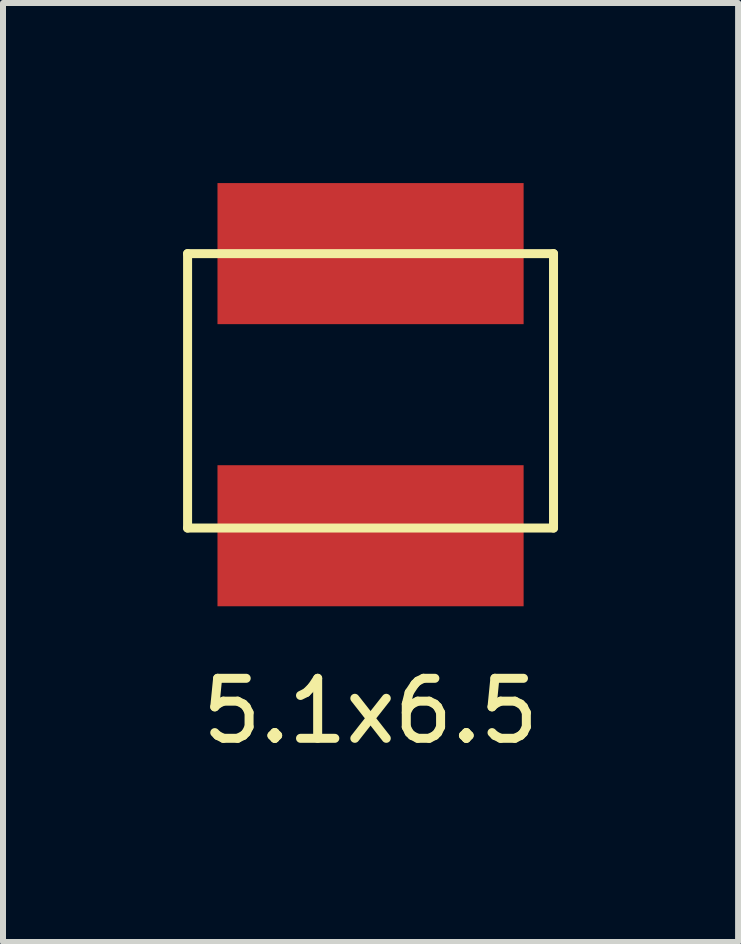
<source format=kicad_pcb>
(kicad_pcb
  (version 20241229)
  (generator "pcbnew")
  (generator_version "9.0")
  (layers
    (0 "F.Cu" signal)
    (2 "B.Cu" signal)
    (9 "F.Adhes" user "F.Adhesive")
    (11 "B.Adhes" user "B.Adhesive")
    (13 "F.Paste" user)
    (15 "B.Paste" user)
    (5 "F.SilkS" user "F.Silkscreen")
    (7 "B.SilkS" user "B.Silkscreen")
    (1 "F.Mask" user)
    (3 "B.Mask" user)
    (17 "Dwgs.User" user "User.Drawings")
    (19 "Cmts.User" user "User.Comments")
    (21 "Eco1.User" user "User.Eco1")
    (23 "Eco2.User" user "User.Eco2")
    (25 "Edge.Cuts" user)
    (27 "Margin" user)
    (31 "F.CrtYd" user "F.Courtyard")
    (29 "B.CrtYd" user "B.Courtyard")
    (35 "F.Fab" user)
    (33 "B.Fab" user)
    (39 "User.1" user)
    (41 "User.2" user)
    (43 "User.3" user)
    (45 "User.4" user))
  (footprint "5.1x6.5"
    (layer "F.Cu")
    (at 3.123 1.175)
    (property "Reference" "5.1x6.5" (at 0 7.62 0) (layer "F.SilkS") (effects (font (size 1 1) (thickness 0.15))))
    (attr through_hole)
    (fp_line (start -3.048 0) (end 3.048 0) (stroke (width 0.15) (type solid)) (layer "F.SilkS"))
    (fp_line (start -3.048 4.572) (end -3.048 0) (stroke (width 0.15) (type solid)) (layer "F.SilkS"))
    (fp_line (start 3.048 0) (end 3.048 4.572) (stroke (width 0.15) (type solid)) (layer "F.SilkS"))
    (fp_line (start 3.048 4.572) (end -3.048 4.572) (stroke (width 0.15) (type solid)) (layer "F.SilkS"))
    (pad "1" smd rect (at 0 0) (size 5.1 2.35) (layers "F.Cu" "F.Mask" "F.Paste"))
    (pad "2" smd rect (at 0 4.7) (size 5.1 2.35) (layers "F.Cu" "F.Mask" "F.Paste")))
  (gr_rect
    (start -3 -3)
    (end 9.246 12.643)
    (stroke (width 0.1) (type default))
    (fill no)
    (layer "Edge.Cuts")))
</source>
